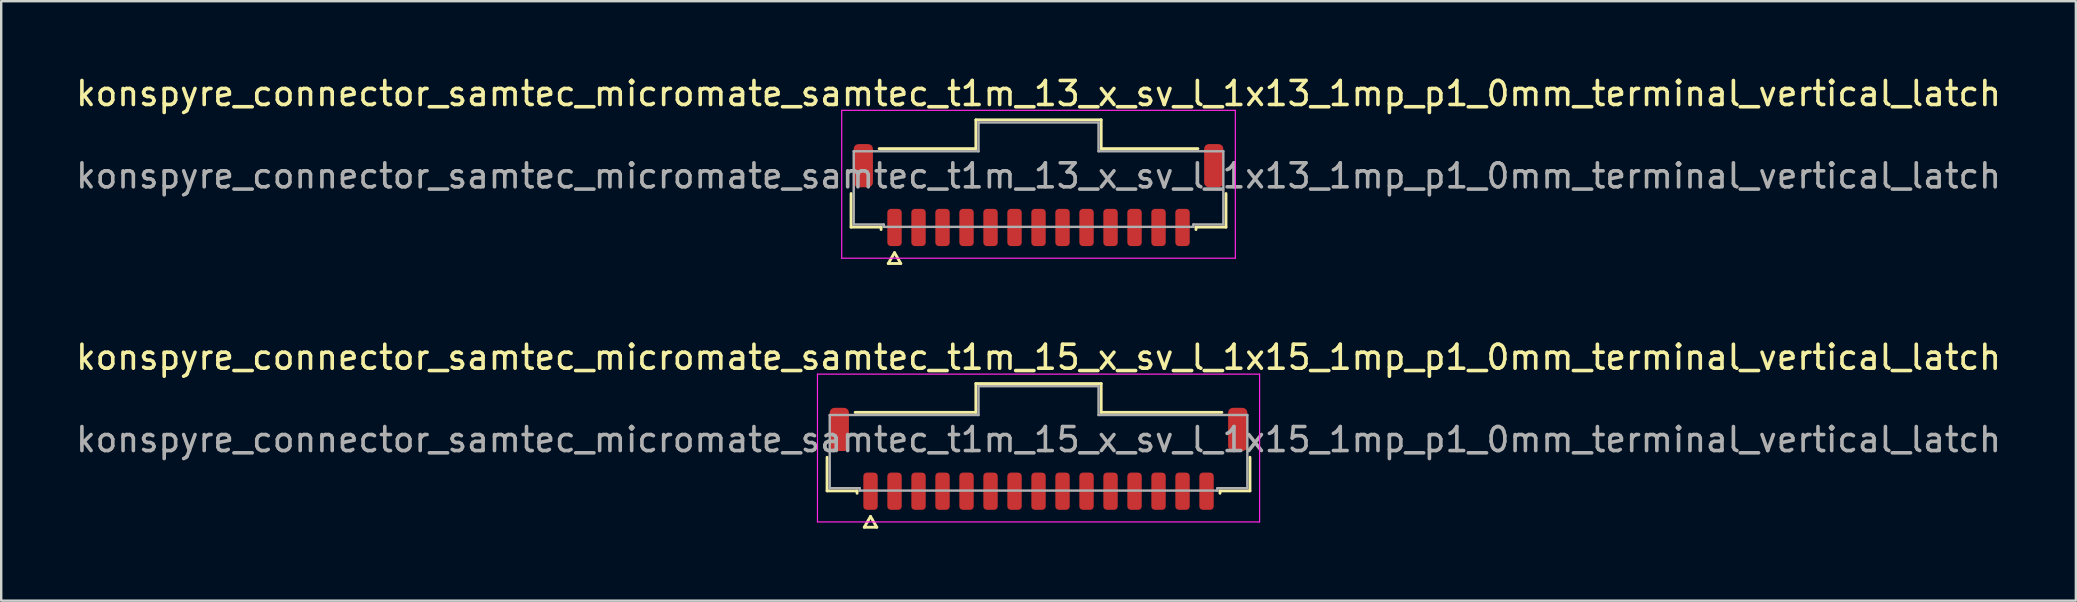
<source format=kicad_pcb>
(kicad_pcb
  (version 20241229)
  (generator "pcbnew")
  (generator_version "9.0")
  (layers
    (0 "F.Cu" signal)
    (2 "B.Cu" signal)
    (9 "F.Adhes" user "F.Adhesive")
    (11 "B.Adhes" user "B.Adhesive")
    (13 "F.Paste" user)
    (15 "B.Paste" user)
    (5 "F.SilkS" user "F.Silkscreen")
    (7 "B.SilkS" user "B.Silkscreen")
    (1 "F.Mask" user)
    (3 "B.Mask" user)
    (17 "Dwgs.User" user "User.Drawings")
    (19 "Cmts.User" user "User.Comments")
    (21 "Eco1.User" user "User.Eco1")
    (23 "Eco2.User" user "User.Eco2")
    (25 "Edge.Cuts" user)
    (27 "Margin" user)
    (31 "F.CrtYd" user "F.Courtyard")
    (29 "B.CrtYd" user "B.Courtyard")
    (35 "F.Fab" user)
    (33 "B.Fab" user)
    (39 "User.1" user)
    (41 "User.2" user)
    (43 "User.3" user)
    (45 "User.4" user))
  (footprint "konspyre_connector_samtec_micromate_samtec_t1m_15_x_sv_l_1x15_1mp_p1_0mm_terminal_vertical_latch"
    (layer "F.Cu")
    (at 40.22 15.267)
    (property "Reference" "konspyre_connector_samtec_micromate_samtec_t1m_15_x_sv_l_1x15_1mp_p1_0mm_terminal_vertical_latch" (at 0 -3.43 0) (layer "F.SilkS") (effects (font (size 1 1) (thickness 0.15))))
    (attr smd)
    (fp_line (start -8.81 2.135) (end -8.81 0.735) (stroke (width 0.12) (type solid)) (layer "F.SilkS"))
    (fp_line (start -7.64 -1.135) (end -2.61 -1.135) (stroke (width 0.12) (type solid)) (layer "F.SilkS"))
    (fp_line (start -7.56 2.135) (end -8.81 2.135) (stroke (width 0.12) (type solid)) (layer "F.SilkS"))
    (fp_line (start -7.56 2.235) (end -7.56 2.135) (stroke (width 0.12) (type solid)) (layer "F.SilkS"))
    (fp_line (start -7.26 3.65) (end -7 3.2) (stroke (width 0.12) (type solid)) (layer "F.SilkS"))
    (fp_line (start -7 3.2) (end -6.74 3.65) (stroke (width 0.12) (type solid)) (layer "F.SilkS"))
    (fp_line (start -6.74 3.65) (end -7.26 3.65) (stroke (width 0.12) (type solid)) (layer "F.SilkS"))
    (fp_line (start -2.61 -2.335) (end 2.61 -2.335) (stroke (width 0.12) (type solid)) (layer "F.SilkS"))
    (fp_line (start -2.61 -1.135) (end -2.61 -2.335) (stroke (width 0.12) (type solid)) (layer "F.SilkS"))
    (fp_line (start 2.61 -2.335) (end 2.61 -1.135) (stroke (width 0.12) (type solid)) (layer "F.SilkS"))
    (fp_line (start 2.61 -1.135) (end 7.64 -1.135) (stroke (width 0.12) (type solid)) (layer "F.SilkS"))
    (fp_line (start 7.56 2.135) (end 7.56 2.235) (stroke (width 0.12) (type solid)) (layer "F.SilkS"))
    (fp_line (start 8.81 0.735) (end 8.81 2.135) (stroke (width 0.12) (type solid)) (layer "F.SilkS"))
    (fp_line (start 8.81 2.135) (end 7.56 2.135) (stroke (width 0.12) (type solid)) (layer "F.SilkS"))
    (fp_line (start -9.21 -2.73) (end -9.21 3.43) (stroke (width 0.05) (type solid)) (layer "F.CrtYd"))
    (fp_line (start -9.21 3.43) (end 9.21 3.43) (stroke (width 0.05) (type solid)) (layer "F.CrtYd"))
    (fp_line (start 9.21 -2.73) (end -9.21 -2.73) (stroke (width 0.05) (type solid)) (layer "F.CrtYd"))
    (fp_line (start 9.21 3.43) (end 9.21 -2.73) (stroke (width 0.05) (type solid)) (layer "F.CrtYd"))
    (fp_line (start -8.7 -1.025) (end -2.5 -1.025) (stroke (width 0.1) (type solid)) (layer "F.Fab"))
    (fp_line (start -8.7 2.025) (end -8.7 -1.025) (stroke (width 0.1) (type solid)) (layer "F.Fab"))
    (fp_line (start -7.45 2.025) (end -8.7 2.025) (stroke (width 0.1) (type solid)) (layer "F.Fab"))
    (fp_line (start -7.45 2.125) (end -7.45 2.025) (stroke (width 0.1) (type solid)) (layer "F.Fab"))
    (fp_line (start -2.5 -2.225) (end 2.5 -2.225) (stroke (width 0.1) (type solid)) (layer "F.Fab"))
    (fp_line (start -2.5 -1.025) (end -2.5 -2.225) (stroke (width 0.1) (type solid)) (layer "F.Fab"))
    (fp_line (start 2.5 -2.225) (end 2.5 -1.025) (stroke (width 0.1) (type solid)) (layer "F.Fab"))
    (fp_line (start 2.5 -1.025) (end 8.7 -1.025) (stroke (width 0.1) (type solid)) (layer "F.Fab"))
    (fp_line (start 7.45 2.025) (end 7.45 2.125) (stroke (width 0.1) (type solid)) (layer "F.Fab"))
    (fp_line (start 7.45 2.125) (end -7.45 2.125) (stroke (width 0.1) (type solid)) (layer "F.Fab"))
    (fp_line (start 8.7 -1.025) (end 8.7 2.025) (stroke (width 0.1) (type solid)) (layer "F.Fab"))
    (fp_line (start 8.7 2.025) (end 7.45 2.025) (stroke (width 0.1) (type solid)) (layer "F.Fab"))
    (fp_text user "${REFERENCE}" (at 0 0 0) (layer "F.Fab") (effects (font (size 1 1) (thickness 0.15))))
    (pad "1" smd roundrect (at -7 2.15) (size 0.6 1.55) (layers "F.Cu" "F.Mask" "F.Paste") (roundrect_rratio 0.25))
    (pad "2" smd roundrect (at -6 2.15) (size 0.6 1.55) (layers "F.Cu" "F.Mask" "F.Paste") (roundrect_rratio 0.25))
    (pad "3" smd roundrect (at -5 2.15) (size 0.6 1.55) (layers "F.Cu" "F.Mask" "F.Paste") (roundrect_rratio 0.25))
    (pad "4" smd roundrect (at -4 2.15) (size 0.6 1.55) (layers "F.Cu" "F.Mask" "F.Paste") (roundrect_rratio 0.25))
    (pad "5" smd roundrect (at -3 2.15) (size 0.6 1.55) (layers "F.Cu" "F.Mask" "F.Paste") (roundrect_rratio 0.25))
    (pad "6" smd roundrect (at -2 2.15) (size 0.6 1.55) (layers "F.Cu" "F.Mask" "F.Paste") (roundrect_rratio 0.25))
    (pad "7" smd roundrect (at -1 2.15) (size 0.6 1.55) (layers "F.Cu" "F.Mask" "F.Paste") (roundrect_rratio 0.25))
    (pad "8" smd roundrect (at 0 2.15) (size 0.6 1.55) (layers "F.Cu" "F.Mask" "F.Paste") (roundrect_rratio 0.25))
    (pad "9" smd roundrect (at 1 2.15) (size 0.6 1.55) (layers "F.Cu" "F.Mask" "F.Paste") (roundrect_rratio 0.25))
    (pad "10" smd roundrect (at 2 2.15) (size 0.6 1.55) (layers "F.Cu" "F.Mask" "F.Paste") (roundrect_rratio 0.25))
    (pad "11" smd roundrect (at 3 2.15) (size 0.6 1.55) (layers "F.Cu" "F.Mask" "F.Paste") (roundrect_rratio 0.25))
    (pad "12" smd roundrect (at 4 2.15) (size 0.6 1.55) (layers "F.Cu" "F.Mask" "F.Paste") (roundrect_rratio 0.25))
    (pad "13" smd roundrect (at 5 2.15) (size 0.6 1.55) (layers "F.Cu" "F.Mask" "F.Paste") (roundrect_rratio 0.25))
    (pad "14" smd roundrect (at 6 2.15) (size 0.6 1.55) (layers "F.Cu" "F.Mask" "F.Paste") (roundrect_rratio 0.25))
    (pad "15" smd roundrect (at 7 2.15) (size 0.6 1.55) (layers "F.Cu" "F.Mask" "F.Paste") (roundrect_rratio 0.25))
    (pad "MP" smd roundrect (at -8.3 -0.425) (size 0.8 1.8) (layers "F.Cu" "F.Mask" "F.Paste") (roundrect_rratio 0.25))
    (pad "MP" smd roundrect (at 8.3 -0.425) (size 0.8 1.8) (layers "F.Cu" "F.Mask" "F.Paste") (roundrect_rratio 0.25)))
  (footprint "konspyre_connector_samtec_micromate_samtec_t1m_13_x_sv_l_1x13_1mp_p1_0mm_terminal_vertical_latch"
    (layer "F.Cu")
    (at 40.22 4.278)
    (property "Reference" "konspyre_connector_samtec_micromate_samtec_t1m_13_x_sv_l_1x13_1mp_p1_0mm_terminal_vertical_latch" (at 0 -3.43 0) (layer "F.SilkS") (effects (font (size 1 1) (thickness 0.15))))
    (attr smd)
    (fp_line (start -7.81 2.135) (end -7.81 0.735) (stroke (width 0.12) (type solid)) (layer "F.SilkS"))
    (fp_line (start -6.64 -1.135) (end -2.61 -1.135) (stroke (width 0.12) (type solid)) (layer "F.SilkS"))
    (fp_line (start -6.56 2.135) (end -7.81 2.135) (stroke (width 0.12) (type solid)) (layer "F.SilkS"))
    (fp_line (start -6.56 2.235) (end -6.56 2.135) (stroke (width 0.12) (type solid)) (layer "F.SilkS"))
    (fp_line (start -6.26 3.65) (end -6 3.2) (stroke (width 0.12) (type solid)) (layer "F.SilkS"))
    (fp_line (start -6 3.2) (end -5.74 3.65) (stroke (width 0.12) (type solid)) (layer "F.SilkS"))
    (fp_line (start -5.74 3.65) (end -6.26 3.65) (stroke (width 0.12) (type solid)) (layer "F.SilkS"))
    (fp_line (start -2.61 -2.335) (end 2.61 -2.335) (stroke (width 0.12) (type solid)) (layer "F.SilkS"))
    (fp_line (start -2.61 -1.135) (end -2.61 -2.335) (stroke (width 0.12) (type solid)) (layer "F.SilkS"))
    (fp_line (start 2.61 -2.335) (end 2.61 -1.135) (stroke (width 0.12) (type solid)) (layer "F.SilkS"))
    (fp_line (start 2.61 -1.135) (end 6.64 -1.135) (stroke (width 0.12) (type solid)) (layer "F.SilkS"))
    (fp_line (start 6.56 2.135) (end 6.56 2.235) (stroke (width 0.12) (type solid)) (layer "F.SilkS"))
    (fp_line (start 7.81 0.735) (end 7.81 2.135) (stroke (width 0.12) (type solid)) (layer "F.SilkS"))
    (fp_line (start 7.81 2.135) (end 6.56 2.135) (stroke (width 0.12) (type solid)) (layer "F.SilkS"))
    (fp_line (start -8.2 -2.73) (end -8.2 3.43) (stroke (width 0.05) (type solid)) (layer "F.CrtYd"))
    (fp_line (start -8.2 3.43) (end 8.2 3.43) (stroke (width 0.05) (type solid)) (layer "F.CrtYd"))
    (fp_line (start 8.2 -2.73) (end -8.2 -2.73) (stroke (width 0.05) (type solid)) (layer "F.CrtYd"))
    (fp_line (start 8.2 3.43) (end 8.2 -2.73) (stroke (width 0.05) (type solid)) (layer "F.CrtYd"))
    (fp_line (start -7.7 -1.025) (end -2.5 -1.025) (stroke (width 0.1) (type solid)) (layer "F.Fab"))
    (fp_line (start -7.7 2.025) (end -7.7 -1.025) (stroke (width 0.1) (type solid)) (layer "F.Fab"))
    (fp_line (start -6.45 2.025) (end -7.7 2.025) (stroke (width 0.1) (type solid)) (layer "F.Fab"))
    (fp_line (start -6.45 2.125) (end -6.45 2.025) (stroke (width 0.1) (type solid)) (layer "F.Fab"))
    (fp_line (start -2.5 -2.225) (end 2.5 -2.225) (stroke (width 0.1) (type solid)) (layer "F.Fab"))
    (fp_line (start -2.5 -1.025) (end -2.5 -2.225) (stroke (width 0.1) (type solid)) (layer "F.Fab"))
    (fp_line (start 2.5 -2.225) (end 2.5 -1.025) (stroke (width 0.1) (type solid)) (layer "F.Fab"))
    (fp_line (start 2.5 -1.025) (end 7.7 -1.025) (stroke (width 0.1) (type solid)) (layer "F.Fab"))
    (fp_line (start 6.45 2.025) (end 6.45 2.125) (stroke (width 0.1) (type solid)) (layer "F.Fab"))
    (fp_line (start 6.45 2.125) (end -6.45 2.125) (stroke (width 0.1) (type solid)) (layer "F.Fab"))
    (fp_line (start 7.7 -1.025) (end 7.7 2.025) (stroke (width 0.1) (type solid)) (layer "F.Fab"))
    (fp_line (start 7.7 2.025) (end 6.45 2.025) (stroke (width 0.1) (type solid)) (layer "F.Fab"))
    (fp_text user "${REFERENCE}" (at 0 0 0) (layer "F.Fab") (effects (font (size 1 1) (thickness 0.15))))
    (pad "1" smd roundrect (at -6 2.15) (size 0.6 1.55) (layers "F.Cu" "F.Mask" "F.Paste") (roundrect_rratio 0.25))
    (pad "2" smd roundrect (at -5 2.15) (size 0.6 1.55) (layers "F.Cu" "F.Mask" "F.Paste") (roundrect_rratio 0.25))
    (pad "3" smd roundrect (at -4 2.15) (size 0.6 1.55) (layers "F.Cu" "F.Mask" "F.Paste") (roundrect_rratio 0.25))
    (pad "4" smd roundrect (at -3 2.15) (size 0.6 1.55) (layers "F.Cu" "F.Mask" "F.Paste") (roundrect_rratio 0.25))
    (pad "5" smd roundrect (at -2 2.15) (size 0.6 1.55) (layers "F.Cu" "F.Mask" "F.Paste") (roundrect_rratio 0.25))
    (pad "6" smd roundrect (at -1 2.15) (size 0.6 1.55) (layers "F.Cu" "F.Mask" "F.Paste") (roundrect_rratio 0.25))
    (pad "7" smd roundrect (at 0 2.15) (size 0.6 1.55) (layers "F.Cu" "F.Mask" "F.Paste") (roundrect_rratio 0.25))
    (pad "8" smd roundrect (at 1 2.15) (size 0.6 1.55) (layers "F.Cu" "F.Mask" "F.Paste") (roundrect_rratio 0.25))
    (pad "9" smd roundrect (at 2 2.15) (size 0.6 1.55) (layers "F.Cu" "F.Mask" "F.Paste") (roundrect_rratio 0.25))
    (pad "10" smd roundrect (at 3 2.15) (size 0.6 1.55) (layers "F.Cu" "F.Mask" "F.Paste") (roundrect_rratio 0.25))
    (pad "11" smd roundrect (at 4 2.15) (size 0.6 1.55) (layers "F.Cu" "F.Mask" "F.Paste") (roundrect_rratio 0.25))
    (pad "12" smd roundrect (at 5 2.15) (size 0.6 1.55) (layers "F.Cu" "F.Mask" "F.Paste") (roundrect_rratio 0.25))
    (pad "13" smd roundrect (at 6 2.15) (size 0.6 1.55) (layers "F.Cu" "F.Mask" "F.Paste") (roundrect_rratio 0.25))
    (pad "MP" smd roundrect (at -7.3 -0.425) (size 0.8 1.8) (layers "F.Cu" "F.Mask" "F.Paste") (roundrect_rratio 0.25))
    (pad "MP" smd roundrect (at 7.3 -0.425) (size 0.8 1.8) (layers "F.Cu" "F.Mask" "F.Paste") (roundrect_rratio 0.25)))
  (gr_rect
    (start -3 -3)
    (end 83.44 21.977)
    (stroke (width 0.1) (type default))
    (fill no)
    (layer "Edge.Cuts")))
</source>
